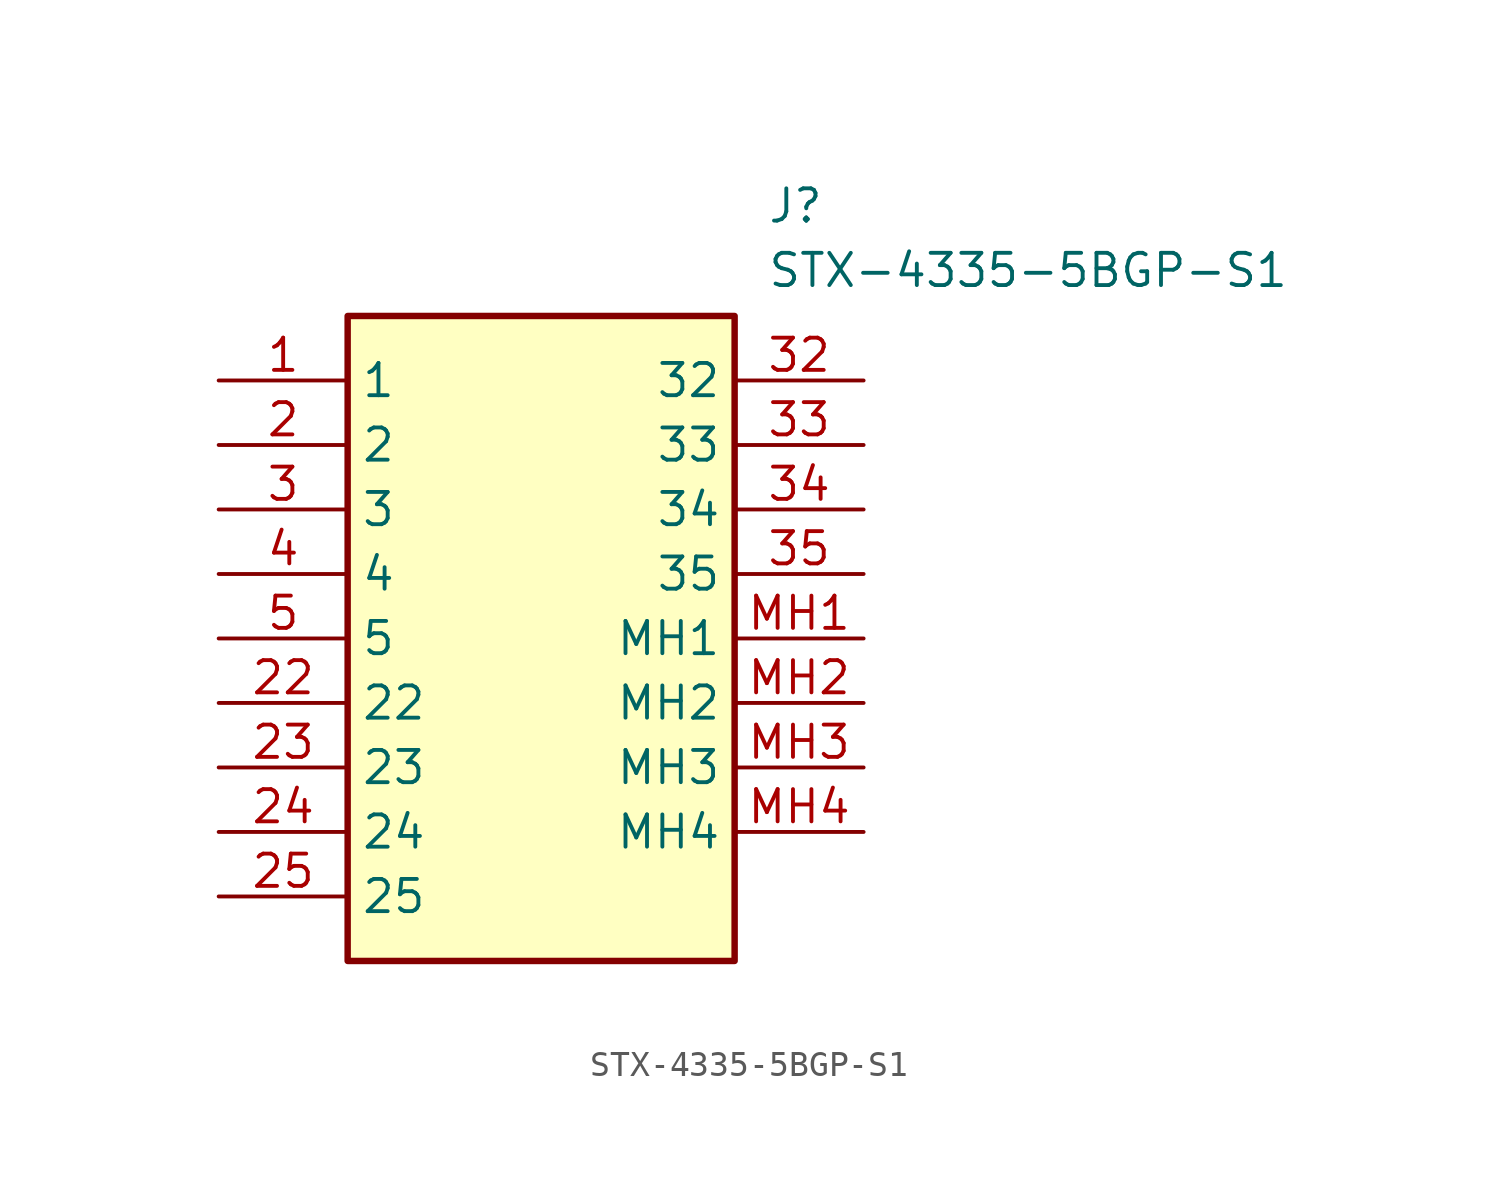
<source format=kicad_sym>
(kicad_symbol_lib
  (version 20211014)
  (generator SamacSys_ECAD_Model)
  (symbol "STX-4335-5BGP-S1"
    (property "Reference" "J"
      (at 21.59 7.62 0)
      (effects (font (size 1.27 1.27)) (justify left top)))
    (property "Value" "STX-4335-5BGP-S1"
      (at 21.59 5.08 0)
      (effects (font (size 1.27 1.27)) (justify left top)))
    (rectangle
      (start 5.08 2.54)
      (end 20.32 -22.86)
      (stroke (width 0.254) (type default))
      (fill (type background)))
    (pin passive line
      (at 0 0 0)
      (length 5.08)
      (name "1" (effects (font (size 1.27 1.27))))
      (number "1" (effects (font (size 1.27 1.27)))))
    (pin passive line
      (at 0 -2.54 0)
      (length 5.08)
      (name "2" (effects (font (size 1.27 1.27))))
      (number "2" (effects (font (size 1.27 1.27)))))
    (pin passive line
      (at 0 -5.08 0)
      (length 5.08)
      (name "3" (effects (font (size 1.27 1.27))))
      (number "3" (effects (font (size 1.27 1.27)))))
    (pin passive line
      (at 0 -7.62 0)
      (length 5.08)
      (name "4" (effects (font (size 1.27 1.27))))
      (number "4" (effects (font (size 1.27 1.27)))))
    (pin passive line
      (at 0 -10.16 0)
      (length 5.08)
      (name "5" (effects (font (size 1.27 1.27))))
      (number "5" (effects (font (size 1.27 1.27)))))
    (pin passive line
      (at 0 -12.7 0)
      (length 5.08)
      (name "22" (effects (font (size 1.27 1.27))))
      (number "22" (effects (font (size 1.27 1.27)))))
    (pin passive line
      (at 0 -15.24 0)
      (length 5.08)
      (name "23" (effects (font (size 1.27 1.27))))
      (number "23" (effects (font (size 1.27 1.27)))))
    (pin passive line
      (at 0 -17.78 0)
      (length 5.08)
      (name "24" (effects (font (size 1.27 1.27))))
      (number "24" (effects (font (size 1.27 1.27)))))
    (pin passive line
      (at 0 -20.32 0)
      (length 5.08)
      (name "25" (effects (font (size 1.27 1.27))))
      (number "25" (effects (font (size 1.27 1.27)))))
    (pin passive line
      (at 25.4 0 180)
      (length 5.08)
      (name "32" (effects (font (size 1.27 1.27))))
      (number "32" (effects (font (size 1.27 1.27)))))
    (pin passive line
      (at 25.4 -2.54 180)
      (length 5.08)
      (name "33" (effects (font (size 1.27 1.27))))
      (number "33" (effects (font (size 1.27 1.27)))))
    (pin passive line
      (at 25.4 -5.08 180)
      (length 5.08)
      (name "34" (effects (font (size 1.27 1.27))))
      (number "34" (effects (font (size 1.27 1.27)))))
    (pin passive line
      (at 25.4 -7.62 180)
      (length 5.08)
      (name "35" (effects (font (size 1.27 1.27))))
      (number "35" (effects (font (size 1.27 1.27)))))
    (pin passive line
      (at 25.4 -10.16 180)
      (length 5.08)
      (name "MH1" (effects (font (size 1.27 1.27))))
      (number "MH1" (effects (font (size 1.27 1.27)))))
    (pin passive line
      (at 25.4 -12.7 180)
      (length 5.08)
      (name "MH2" (effects (font (size 1.27 1.27))))
      (number "MH2" (effects (font (size 1.27 1.27)))))
    (pin passive line
      (at 25.4 -15.24 180)
      (length 5.08)
      (name "MH3" (effects (font (size 1.27 1.27))))
      (number "MH3" (effects (font (size 1.27 1.27)))))
    (pin passive line
      (at 25.4 -17.78 180)
      (length 5.08)
      (name "MH4" (effects (font (size 1.27 1.27))))
      (number "MH4" (effects (font (size 1.27 1.27)))))))
</source>
